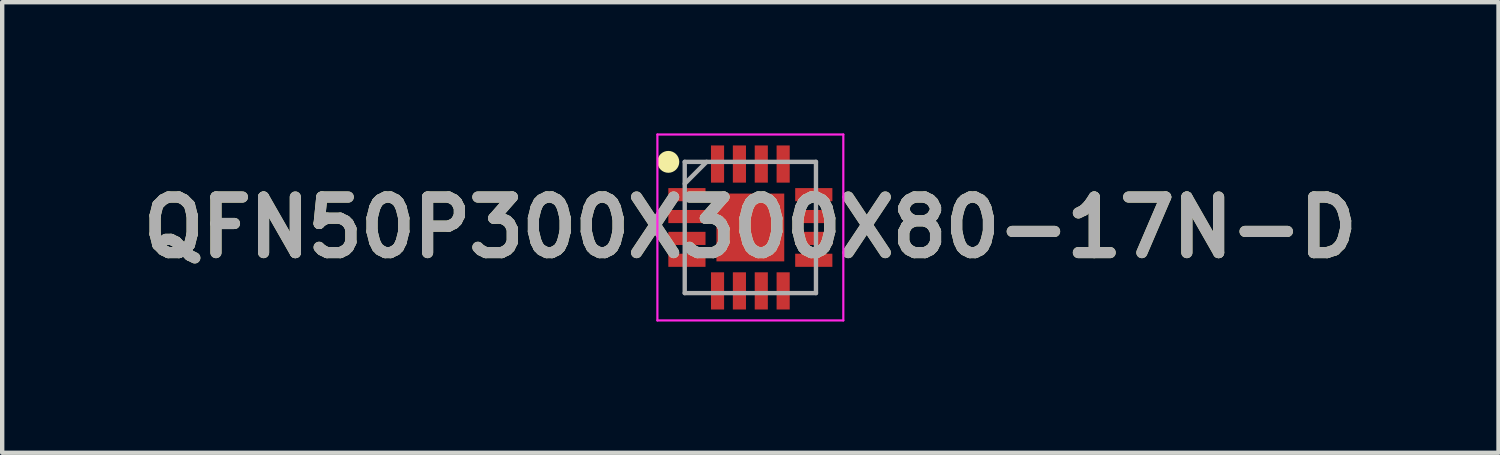
<source format=kicad_pcb>
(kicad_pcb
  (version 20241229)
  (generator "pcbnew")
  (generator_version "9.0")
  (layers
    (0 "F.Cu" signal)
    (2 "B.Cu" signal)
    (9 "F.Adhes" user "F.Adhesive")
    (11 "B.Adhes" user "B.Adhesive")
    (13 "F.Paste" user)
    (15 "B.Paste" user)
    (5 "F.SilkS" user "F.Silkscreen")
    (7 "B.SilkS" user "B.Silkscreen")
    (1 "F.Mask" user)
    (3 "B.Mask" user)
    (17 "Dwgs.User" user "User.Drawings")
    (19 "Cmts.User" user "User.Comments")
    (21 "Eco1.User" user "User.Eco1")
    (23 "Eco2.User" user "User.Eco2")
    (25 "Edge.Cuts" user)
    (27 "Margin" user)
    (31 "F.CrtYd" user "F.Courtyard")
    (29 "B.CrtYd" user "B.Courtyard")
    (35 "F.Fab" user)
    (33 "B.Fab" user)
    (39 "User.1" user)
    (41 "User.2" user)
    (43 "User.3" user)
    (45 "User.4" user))
  (footprint "QFN50P300X300X80-17N-D"
    (layer "F.Cu")
    (at 14.103 2.15)
    (property "Reference" "QFN50P300X300X80-17N-D" (at 0 0 0) (layer "F.SilkS") (effects (font (size 1.27 1.27) (thickness 0.254))))
    (attr smd)
    (fp_circle (center -1.875 -1.5) (end -1.875 -1.375) (stroke (width 0.25) (type solid)) (fill no) (layer "F.SilkS"))
    (fp_line (start -2.125 -2.125) (end 2.125 -2.125) (stroke (width 0.05) (type solid)) (layer "F.CrtYd"))
    (fp_line (start -2.125 2.125) (end -2.125 -2.125) (stroke (width 0.05) (type solid)) (layer "F.CrtYd"))
    (fp_line (start 2.125 -2.125) (end 2.125 2.125) (stroke (width 0.05) (type solid)) (layer "F.CrtYd"))
    (fp_line (start 2.125 2.125) (end -2.125 2.125) (stroke (width 0.05) (type solid)) (layer "F.CrtYd"))
    (fp_line (start -1.5 -1.5) (end 1.5 -1.5) (stroke (width 0.1) (type solid)) (layer "F.Fab"))
    (fp_line (start -1.5 -1) (end -1 -1.5) (stroke (width 0.1) (type solid)) (layer "F.Fab"))
    (fp_line (start -1.5 1.5) (end -1.5 -1.5) (stroke (width 0.1) (type solid)) (layer "F.Fab"))
    (fp_line (start 1.5 -1.5) (end 1.5 1.5) (stroke (width 0.1) (type solid)) (layer "F.Fab"))
    (fp_line (start 1.5 1.5) (end -1.5 1.5) (stroke (width 0.1) (type solid)) (layer "F.Fab"))
    (fp_text user "${REFERENCE}" (at 0 0 0) (layer "F.Fab") (effects (font (size 1.27 1.27) (thickness 0.254))))
    (pad "1" smd rect (at -1.45 -0.75 90) (size 0.3 0.85) (layers "F.Cu" "F.Mask" "F.Paste"))
    (pad "2" smd rect (at -1.45 -0.25 90) (size 0.3 0.85) (layers "F.Cu" "F.Mask" "F.Paste"))
    (pad "3" smd rect (at -1.45 0.25 90) (size 0.3 0.85) (layers "F.Cu" "F.Mask" "F.Paste"))
    (pad "4" smd rect (at -1.45 0.75 90) (size 0.3 0.85) (layers "F.Cu" "F.Mask" "F.Paste"))
    (pad "5" smd rect (at -0.75 1.45) (size 0.3 0.85) (layers "F.Cu" "F.Mask" "F.Paste"))
    (pad "6" smd rect (at -0.25 1.45) (size 0.3 0.85) (layers "F.Cu" "F.Mask" "F.Paste"))
    (pad "7" smd rect (at 0.25 1.45) (size 0.3 0.85) (layers "F.Cu" "F.Mask" "F.Paste"))
    (pad "8" smd rect (at 0.75 1.45) (size 0.3 0.85) (layers "F.Cu" "F.Mask" "F.Paste"))
    (pad "9" smd rect (at 1.45 0.75 90) (size 0.3 0.85) (layers "F.Cu" "F.Mask" "F.Paste"))
    (pad "10" smd rect (at 1.45 0.25 90) (size 0.3 0.85) (layers "F.Cu" "F.Mask" "F.Paste"))
    (pad "11" smd rect (at 1.45 -0.25 90) (size 0.3 0.85) (layers "F.Cu" "F.Mask" "F.Paste"))
    (pad "12" smd rect (at 1.45 -0.75 90) (size 0.3 0.85) (layers "F.Cu" "F.Mask" "F.Paste"))
    (pad "13" smd rect (at 0.75 -1.45) (size 0.3 0.85) (layers "F.Cu" "F.Mask" "F.Paste"))
    (pad "14" smd rect (at 0.25 -1.45) (size 0.3 0.85) (layers "F.Cu" "F.Mask" "F.Paste"))
    (pad "15" smd rect (at -0.25 -1.45) (size 0.3 0.85) (layers "F.Cu" "F.Mask" "F.Paste"))
    (pad "16" smd rect (at -0.75 -1.45) (size 0.3 0.85) (layers "F.Cu" "F.Mask" "F.Paste"))
    (pad "17" smd rect (at 0 0) (size 1.55 1.55) (layers "F.Cu" "F.Mask" "F.Paste")))
  (gr_rect
    (start -3 -3)
    (end 31.206 7.3)
    (stroke (width 0.1) (type default))
    (fill no)
    (layer "Edge.Cuts")))
</source>
